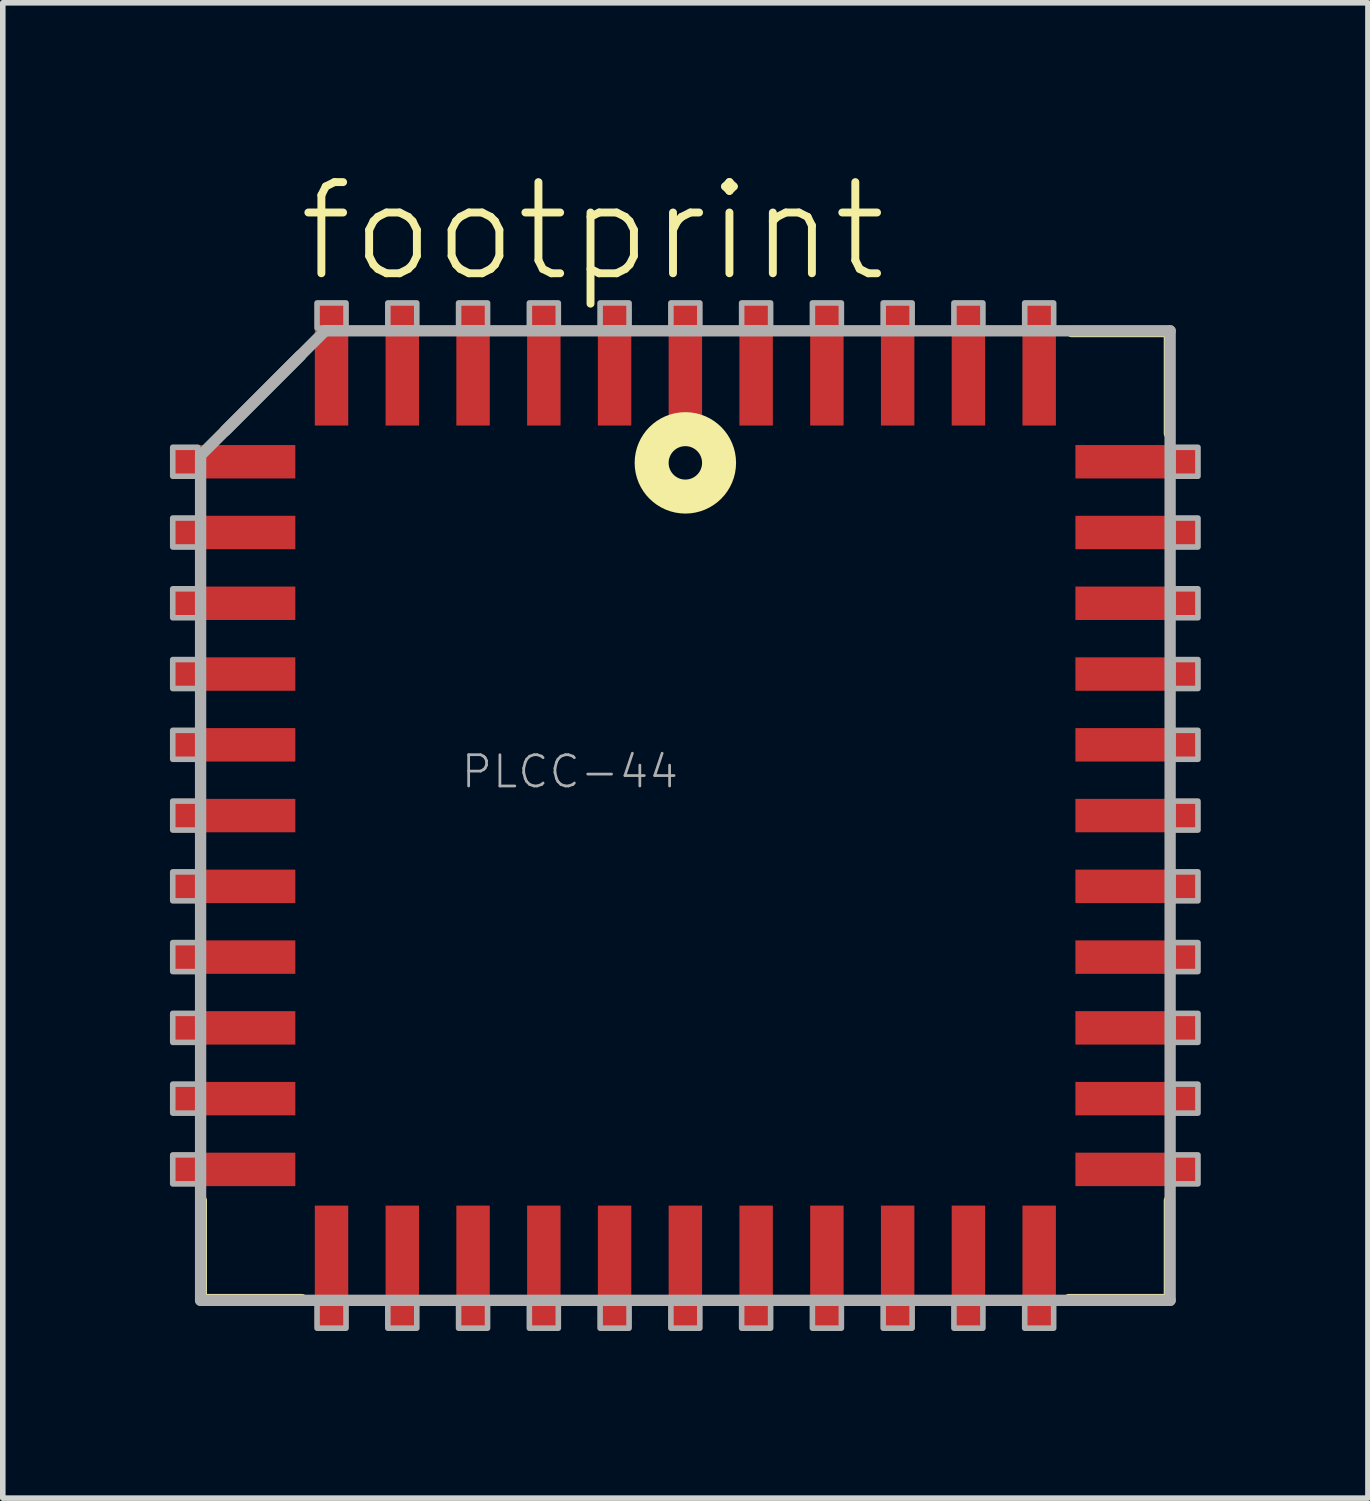
<source format=kicad_pcb>
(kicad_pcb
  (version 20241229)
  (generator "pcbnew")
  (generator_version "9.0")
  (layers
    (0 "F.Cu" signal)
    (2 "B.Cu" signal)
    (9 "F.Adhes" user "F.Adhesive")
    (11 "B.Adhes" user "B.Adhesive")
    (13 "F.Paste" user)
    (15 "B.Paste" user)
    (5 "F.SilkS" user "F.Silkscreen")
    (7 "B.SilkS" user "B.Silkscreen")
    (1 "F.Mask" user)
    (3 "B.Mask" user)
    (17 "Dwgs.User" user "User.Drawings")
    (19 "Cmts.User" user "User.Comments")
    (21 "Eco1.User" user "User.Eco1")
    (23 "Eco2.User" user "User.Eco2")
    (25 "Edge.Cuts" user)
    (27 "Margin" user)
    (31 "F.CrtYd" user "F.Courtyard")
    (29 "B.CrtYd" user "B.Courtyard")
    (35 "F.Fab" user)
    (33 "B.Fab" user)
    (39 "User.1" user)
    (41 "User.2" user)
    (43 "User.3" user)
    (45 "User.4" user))
  (footprint "footprint"
    (layer "F.Cu")
    (at 9.25 11.587)
    (property "Reference" "footprint" (at -7.015 -9.525 0) (layer "F.SilkS") (effects (font (size 1.636 1.636) (thickness 0.142)) (justify left bottom)))
    (fp_line (start -8.687 6.909) (end -8.687 8.687) (stroke (width 0.203) (type solid)) (layer "F.SilkS"))
    (fp_line (start -8.687 8.687) (end -6.883 8.687) (stroke (width 0.203) (type solid)) (layer "F.SilkS"))
    (fp_line (start -8.255 -6.909) (end -6.909 -8.255) (stroke (width 0.203) (type solid)) (layer "F.SilkS"))
    (fp_line (start 6.883 8.687) (end 8.687 8.687) (stroke (width 0.203) (type solid)) (layer "F.SilkS"))
    (fp_line (start 8.687 -8.687) (end 6.934 -8.687) (stroke (width 0.203) (type solid)) (layer "F.SilkS"))
    (fp_line (start 8.687 -6.858) (end 8.687 -8.687) (stroke (width 0.203) (type solid)) (layer "F.SilkS"))
    (fp_line (start 8.687 8.687) (end 8.687 6.909) (stroke (width 0.203) (type solid)) (layer "F.SilkS"))
    (fp_circle (center 0 -6.33) (end 0.3 -6.33) (stroke (width 0.61) (type solid)) (fill no) (layer "F.SilkS"))
    (fp_line (start -8.7 -6.465) (end -8.7 8.7) (stroke (width 0.203) (type solid)) (layer "F.Fab"))
    (fp_line (start -8.7 8.7) (end 8.7 8.7) (stroke (width 0.203) (type solid)) (layer "F.Fab"))
    (fp_line (start -6.465 -8.7) (end -8.7 -6.465) (stroke (width 0.203) (type solid)) (layer "F.Fab"))
    (fp_line (start 8.7 -8.7) (end -6.465 -8.7) (stroke (width 0.203) (type solid)) (layer "F.Fab"))
    (fp_line (start 8.7 8.7) (end 8.7 -8.7) (stroke (width 0.203) (type solid)) (layer "F.Fab"))
    (fp_poly (pts (xy -9.2 -6.09) (xy -8.75 -6.09) (xy -8.75 -6.61) (xy -9.2 -6.61)) (stroke (width 0.1) (type solid)) (fill no) (layer "F.Fab"))
    (fp_poly (pts (xy -9.2 -4.82) (xy -8.75 -4.82) (xy -8.75 -5.34) (xy -9.2 -5.34)) (stroke (width 0.1) (type solid)) (fill no) (layer "F.Fab"))
    (fp_poly (pts (xy -9.2 -3.55) (xy -8.75 -3.55) (xy -8.75 -4.07) (xy -9.2 -4.07)) (stroke (width 0.1) (type solid)) (fill no) (layer "F.Fab"))
    (fp_poly (pts (xy -9.2 -2.28) (xy -8.75 -2.28) (xy -8.75 -2.8) (xy -9.2 -2.8)) (stroke (width 0.1) (type solid)) (fill no) (layer "F.Fab"))
    (fp_poly (pts (xy -9.2 -1.01) (xy -8.75 -1.01) (xy -8.75 -1.53) (xy -9.2 -1.53)) (stroke (width 0.1) (type solid)) (fill no) (layer "F.Fab"))
    (fp_poly (pts (xy -9.2 0.26) (xy -8.75 0.26) (xy -8.75 -0.26) (xy -9.2 -0.26)) (stroke (width 0.1) (type solid)) (fill no) (layer "F.Fab"))
    (fp_poly (pts (xy -9.2 1.53) (xy -8.75 1.53) (xy -8.75 1.01) (xy -9.2 1.01)) (stroke (width 0.1) (type solid)) (fill no) (layer "F.Fab"))
    (fp_poly (pts (xy -9.2 2.8) (xy -8.75 2.8) (xy -8.75 2.28) (xy -9.2 2.28)) (stroke (width 0.1) (type solid)) (fill no) (layer "F.Fab"))
    (fp_poly (pts (xy -9.2 4.07) (xy -8.75 4.07) (xy -8.75 3.55) (xy -9.2 3.55)) (stroke (width 0.1) (type solid)) (fill no) (layer "F.Fab"))
    (fp_poly (pts (xy -9.2 5.34) (xy -8.75 5.34) (xy -8.75 4.82) (xy -9.2 4.82)) (stroke (width 0.1) (type solid)) (fill no) (layer "F.Fab"))
    (fp_poly (pts (xy -9.2 6.61) (xy -8.75 6.61) (xy -8.75 6.09) (xy -9.2 6.09)) (stroke (width 0.1) (type solid)) (fill no) (layer "F.Fab"))
    (fp_poly (pts (xy -6.61 -8.75) (xy -6.09 -8.75) (xy -6.09 -9.2) (xy -6.61 -9.2)) (stroke (width 0.1) (type solid)) (fill no) (layer "F.Fab"))
    (fp_poly (pts (xy -6.61 9.2) (xy -6.09 9.2) (xy -6.09 8.75) (xy -6.61 8.75)) (stroke (width 0.1) (type solid)) (fill no) (layer "F.Fab"))
    (fp_poly (pts (xy -5.34 -8.75) (xy -4.82 -8.75) (xy -4.82 -9.2) (xy -5.34 -9.2)) (stroke (width 0.1) (type solid)) (fill no) (layer "F.Fab"))
    (fp_poly (pts (xy -5.34 9.2) (xy -4.82 9.2) (xy -4.82 8.75) (xy -5.34 8.75)) (stroke (width 0.1) (type solid)) (fill no) (layer "F.Fab"))
    (fp_poly (pts (xy -4.07 -8.75) (xy -3.55 -8.75) (xy -3.55 -9.2) (xy -4.07 -9.2)) (stroke (width 0.1) (type solid)) (fill no) (layer "F.Fab"))
    (fp_poly (pts (xy -4.07 9.2) (xy -3.55 9.2) (xy -3.55 8.75) (xy -4.07 8.75)) (stroke (width 0.1) (type solid)) (fill no) (layer "F.Fab"))
    (fp_poly (pts (xy -2.8 -8.75) (xy -2.28 -8.75) (xy -2.28 -9.2) (xy -2.8 -9.2)) (stroke (width 0.1) (type solid)) (fill no) (layer "F.Fab"))
    (fp_poly (pts (xy -2.8 9.2) (xy -2.28 9.2) (xy -2.28 8.75) (xy -2.8 8.75)) (stroke (width 0.1) (type solid)) (fill no) (layer "F.Fab"))
    (fp_poly (pts (xy -1.53 -8.75) (xy -1.01 -8.75) (xy -1.01 -9.2) (xy -1.53 -9.2)) (stroke (width 0.1) (type solid)) (fill no) (layer "F.Fab"))
    (fp_poly (pts (xy -1.53 9.2) (xy -1.01 9.2) (xy -1.01 8.75) (xy -1.53 8.75)) (stroke (width 0.1) (type solid)) (fill no) (layer "F.Fab"))
    (fp_poly (pts (xy -0.26 -8.75) (xy 0.26 -8.75) (xy 0.26 -9.2) (xy -0.26 -9.2)) (stroke (width 0.1) (type solid)) (fill no) (layer "F.Fab"))
    (fp_poly (pts (xy -0.26 9.2) (xy 0.26 9.2) (xy 0.26 8.75) (xy -0.26 8.75)) (stroke (width 0.1) (type solid)) (fill no) (layer "F.Fab"))
    (fp_poly (pts (xy 1.01 -8.75) (xy 1.53 -8.75) (xy 1.53 -9.2) (xy 1.01 -9.2)) (stroke (width 0.1) (type solid)) (fill no) (layer "F.Fab"))
    (fp_poly (pts (xy 1.01 9.2) (xy 1.53 9.2) (xy 1.53 8.75) (xy 1.01 8.75)) (stroke (width 0.1) (type solid)) (fill no) (layer "F.Fab"))
    (fp_poly (pts (xy 2.28 -8.75) (xy 2.8 -8.75) (xy 2.8 -9.2) (xy 2.28 -9.2)) (stroke (width 0.1) (type solid)) (fill no) (layer "F.Fab"))
    (fp_poly (pts (xy 2.28 9.2) (xy 2.8 9.2) (xy 2.8 8.75) (xy 2.28 8.75)) (stroke (width 0.1) (type solid)) (fill no) (layer "F.Fab"))
    (fp_poly (pts (xy 3.55 -8.75) (xy 4.07 -8.75) (xy 4.07 -9.2) (xy 3.55 -9.2)) (stroke (width 0.1) (type solid)) (fill no) (layer "F.Fab"))
    (fp_poly (pts (xy 3.55 9.2) (xy 4.07 9.2) (xy 4.07 8.75) (xy 3.55 8.75)) (stroke (width 0.1) (type solid)) (fill no) (layer "F.Fab"))
    (fp_poly (pts (xy 4.82 -8.75) (xy 5.34 -8.75) (xy 5.34 -9.2) (xy 4.82 -9.2)) (stroke (width 0.1) (type solid)) (fill no) (layer "F.Fab"))
    (fp_poly (pts (xy 4.82 9.2) (xy 5.34 9.2) (xy 5.34 8.75) (xy 4.82 8.75)) (stroke (width 0.1) (type solid)) (fill no) (layer "F.Fab"))
    (fp_poly (pts (xy 6.09 -8.75) (xy 6.61 -8.75) (xy 6.61 -9.2) (xy 6.09 -9.2)) (stroke (width 0.1) (type solid)) (fill no) (layer "F.Fab"))
    (fp_poly (pts (xy 6.09 9.2) (xy 6.61 9.2) (xy 6.61 8.75) (xy 6.09 8.75)) (stroke (width 0.1) (type solid)) (fill no) (layer "F.Fab"))
    (fp_poly (pts (xy 8.75 -6.09) (xy 9.2 -6.09) (xy 9.2 -6.61) (xy 8.75 -6.61)) (stroke (width 0.1) (type solid)) (fill no) (layer "F.Fab"))
    (fp_poly (pts (xy 8.75 -4.82) (xy 9.2 -4.82) (xy 9.2 -5.34) (xy 8.75 -5.34)) (stroke (width 0.1) (type solid)) (fill no) (layer "F.Fab"))
    (fp_poly (pts (xy 8.75 -3.55) (xy 9.2 -3.55) (xy 9.2 -4.07) (xy 8.75 -4.07)) (stroke (width 0.1) (type solid)) (fill no) (layer "F.Fab"))
    (fp_poly (pts (xy 8.75 -2.28) (xy 9.2 -2.28) (xy 9.2 -2.8) (xy 8.75 -2.8)) (stroke (width 0.1) (type solid)) (fill no) (layer "F.Fab"))
    (fp_poly (pts (xy 8.75 -1.01) (xy 9.2 -1.01) (xy 9.2 -1.53) (xy 8.75 -1.53)) (stroke (width 0.1) (type solid)) (fill no) (layer "F.Fab"))
    (fp_poly (pts (xy 8.75 0.26) (xy 9.2 0.26) (xy 9.2 -0.26) (xy 8.75 -0.26)) (stroke (width 0.1) (type solid)) (fill no) (layer "F.Fab"))
    (fp_poly (pts (xy 8.75 1.53) (xy 9.2 1.53) (xy 9.2 1.01) (xy 8.75 1.01)) (stroke (width 0.1) (type solid)) (fill no) (layer "F.Fab"))
    (fp_poly (pts (xy 8.75 2.8) (xy 9.2 2.8) (xy 9.2 2.28) (xy 8.75 2.28)) (stroke (width 0.1) (type solid)) (fill no) (layer "F.Fab"))
    (fp_poly (pts (xy 8.75 4.07) (xy 9.2 4.07) (xy 9.2 3.55) (xy 8.75 3.55)) (stroke (width 0.1) (type solid)) (fill no) (layer "F.Fab"))
    (fp_poly (pts (xy 8.75 5.34) (xy 9.2 5.34) (xy 9.2 4.82) (xy 8.75 4.82)) (stroke (width 0.1) (type solid)) (fill no) (layer "F.Fab"))
    (fp_poly (pts (xy 8.75 6.61) (xy 9.2 6.61) (xy 9.2 6.09) (xy 8.75 6.09)) (stroke (width 0.1) (type solid)) (fill no) (layer "F.Fab"))
    (fp_text user "PLCC-44" (at -4.055 -0.46 0) (layer "F.Fab") (effects (font (size 0.561 0.561) (thickness 0.049)) (justify left bottom)))
    (pad "1" smd rect (at 0 -8.1) (size 0.6 2.2) (layers "F.Cu" "F.Mask" "F.Paste"))
    (pad "2" smd rect (at -1.27 -8.1) (size 0.6 2.2) (layers "F.Cu" "F.Mask" "F.Paste"))
    (pad "3" smd rect (at -2.54 -8.1) (size 0.6 2.2) (layers "F.Cu" "F.Mask" "F.Paste"))
    (pad "4" smd rect (at -3.81 -8.1) (size 0.6 2.2) (layers "F.Cu" "F.Mask" "F.Paste"))
    (pad "5" smd rect (at -5.08 -8.1) (size 0.6 2.2) (layers "F.Cu" "F.Mask" "F.Paste"))
    (pad "6" smd rect (at -6.35 -8.1) (size 0.6 2.2) (layers "F.Cu" "F.Mask" "F.Paste"))
    (pad "7" smd rect (at -8.1 -6.35) (size 2.2 0.6) (layers "F.Cu" "F.Mask" "F.Paste"))
    (pad "8" smd rect (at -8.1 -5.08) (size 2.2 0.6) (layers "F.Cu" "F.Mask" "F.Paste"))
    (pad "9" smd rect (at -8.1 -3.81) (size 2.2 0.6) (layers "F.Cu" "F.Mask" "F.Paste"))
    (pad "10" smd rect (at -8.1 -2.54) (size 2.2 0.6) (layers "F.Cu" "F.Mask" "F.Paste"))
    (pad "11" smd rect (at -8.1 -1.27) (size 2.2 0.6) (layers "F.Cu" "F.Mask" "F.Paste"))
    (pad "12" smd rect (at -8.1 0) (size 2.2 0.6) (layers "F.Cu" "F.Mask" "F.Paste"))
    (pad "13" smd rect (at -8.1 1.27) (size 2.2 0.6) (layers "F.Cu" "F.Mask" "F.Paste"))
    (pad "14" smd rect (at -8.1 2.54) (size 2.2 0.6) (layers "F.Cu" "F.Mask" "F.Paste"))
    (pad "15" smd rect (at -8.1 3.81) (size 2.2 0.6) (layers "F.Cu" "F.Mask" "F.Paste"))
    (pad "16" smd rect (at -8.1 5.08) (size 2.2 0.6) (layers "F.Cu" "F.Mask" "F.Paste"))
    (pad "17" smd rect (at -8.1 6.35) (size 2.2 0.6) (layers "F.Cu" "F.Mask" "F.Paste"))
    (pad "18" smd rect (at -6.35 8.1) (size 0.6 2.2) (layers "F.Cu" "F.Mask" "F.Paste"))
    (pad "19" smd rect (at -5.08 8.1) (size 0.6 2.2) (layers "F.Cu" "F.Mask" "F.Paste"))
    (pad "20" smd rect (at -3.81 8.1) (size 0.6 2.2) (layers "F.Cu" "F.Mask" "F.Paste"))
    (pad "21" smd rect (at -2.54 8.1) (size 0.6 2.2) (layers "F.Cu" "F.Mask" "F.Paste"))
    (pad "22" smd rect (at -1.27 8.1) (size 0.6 2.2) (layers "F.Cu" "F.Mask" "F.Paste"))
    (pad "23" smd rect (at 0 8.1) (size 0.6 2.2) (layers "F.Cu" "F.Mask" "F.Paste"))
    (pad "24" smd rect (at 1.27 8.1) (size 0.6 2.2) (layers "F.Cu" "F.Mask" "F.Paste"))
    (pad "25" smd rect (at 2.54 8.1) (size 0.6 2.2) (layers "F.Cu" "F.Mask" "F.Paste"))
    (pad "26" smd rect (at 3.81 8.1) (size 0.6 2.2) (layers "F.Cu" "F.Mask" "F.Paste"))
    (pad "27" smd rect (at 5.08 8.1) (size 0.6 2.2) (layers "F.Cu" "F.Mask" "F.Paste"))
    (pad "28" smd rect (at 6.35 8.1) (size 0.6 2.2) (layers "F.Cu" "F.Mask" "F.Paste"))
    (pad "29" smd rect (at 8.1 6.35) (size 2.2 0.6) (layers "F.Cu" "F.Mask" "F.Paste"))
    (pad "30" smd rect (at 8.1 5.08) (size 2.2 0.6) (layers "F.Cu" "F.Mask" "F.Paste"))
    (pad "31" smd rect (at 8.1 3.81) (size 2.2 0.6) (layers "F.Cu" "F.Mask" "F.Paste"))
    (pad "32" smd rect (at 8.1 2.54) (size 2.2 0.6) (layers "F.Cu" "F.Mask" "F.Paste"))
    (pad "33" smd rect (at 8.1 1.27) (size 2.2 0.6) (layers "F.Cu" "F.Mask" "F.Paste"))
    (pad "34" smd rect (at 8.1 0) (size 2.2 0.6) (layers "F.Cu" "F.Mask" "F.Paste"))
    (pad "35" smd rect (at 8.1 -1.27) (size 2.2 0.6) (layers "F.Cu" "F.Mask" "F.Paste"))
    (pad "36" smd rect (at 8.1 -2.54) (size 2.2 0.6) (layers "F.Cu" "F.Mask" "F.Paste"))
    (pad "37" smd rect (at 8.1 -3.81) (size 2.2 0.6) (layers "F.Cu" "F.Mask" "F.Paste"))
    (pad "38" smd rect (at 8.1 -5.08) (size 2.2 0.6) (layers "F.Cu" "F.Mask" "F.Paste"))
    (pad "39" smd rect (at 8.1 -6.35) (size 2.2 0.6) (layers "F.Cu" "F.Mask" "F.Paste"))
    (pad "40" smd rect (at 6.35 -8.1) (size 0.6 2.2) (layers "F.Cu" "F.Mask" "F.Paste"))
    (pad "41" smd rect (at 5.08 -8.1) (size 0.6 2.2) (layers "F.Cu" "F.Mask" "F.Paste"))
    (pad "42" smd rect (at 3.81 -8.1) (size 0.6 2.2) (layers "F.Cu" "F.Mask" "F.Paste"))
    (pad "43" smd rect (at 2.54 -8.1) (size 0.6 2.2) (layers "F.Cu" "F.Mask" "F.Paste"))
    (pad "44" smd rect (at 1.27 -8.1) (size 0.6 2.2) (layers "F.Cu" "F.Mask" "F.Paste")))
  (gr_rect
    (start -3 -3)
    (end 21.5 23.837)
    (stroke (width 0.1) (type default))
    (fill no)
    (layer "Edge.Cuts")))
</source>
